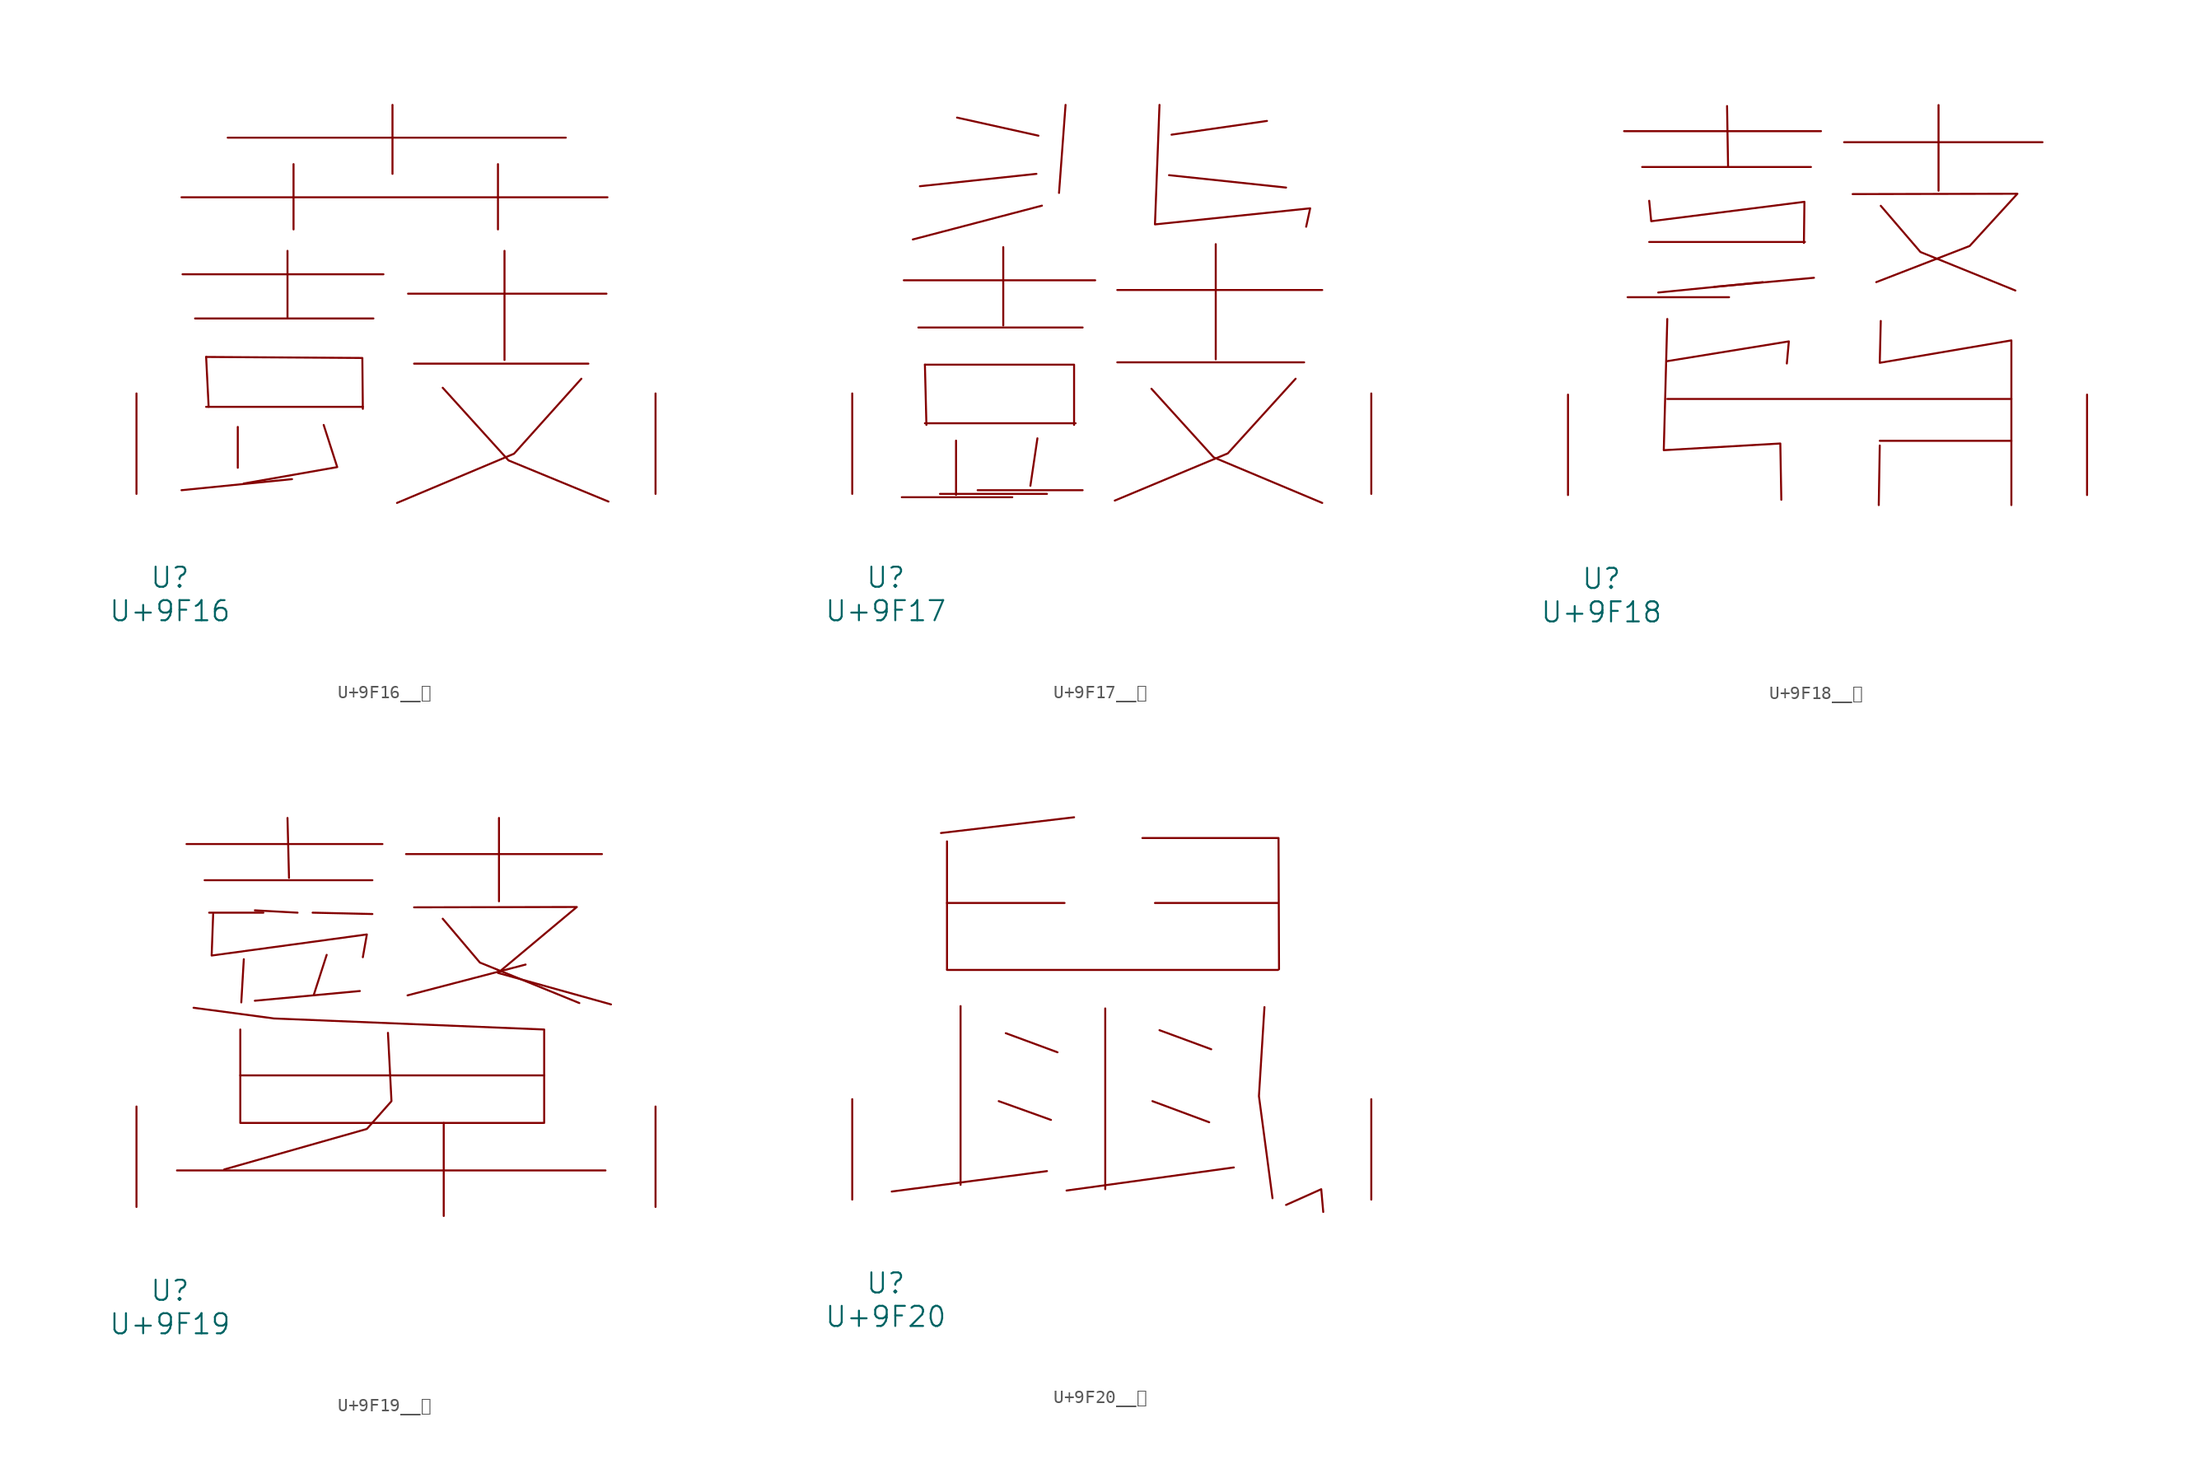
<source format=kicad_sym>
(kicad_symbol_lib
  (version 20231120)
  (generator "kicad_symbol_editor")
  (generator_version "8.0")
  (symbol "U+9F16__鼖"
    (pin_names
      (offset 1.016))
    (property "Reference" "U"
      (at 0 -6.35 0)
      (effects (font (size 1.524 1.524))))
    (property "Value" "U+9F16"
      (at 0 -8.89 0)
      (effects (font (size 1.524 1.524))))
    (symbol "U+9F16__鼖_0_1"
      (polyline (pts (xy 0.876 22.504) (xy 33.185 22.504)) (stroke (width 0) (type solid)) (fill (type none)))
      (polyline (pts (xy 0.953 16.662) (xy 16.192 16.662)) (stroke (width 0) (type solid)) (fill (type none)))
      (polyline (pts (xy 1.905 13.31) (xy 15.431 13.31)) (stroke (width 0) (type solid)) (fill (type none)))
      (polyline (pts (xy 2.743 6.604) (xy 14.63 6.604)) (stroke (width 0) (type solid)) (fill (type none)))
      (polyline (pts (xy 2.743 10.389) (xy 2.934 6.604)) (stroke (width 0) (type solid)) (fill (type none)))
      (polyline (pts (xy 4.381 27.026) (xy 30.023 27.026)) (stroke (width 0) (type solid)) (fill (type none)))
      (polyline (pts (xy 5.144 5.08) (xy 5.144 1.981)) (stroke (width 0) (type solid)) (fill (type none)))
      (polyline (pts (xy 8.915 18.44) (xy 8.915 13.36)) (stroke (width 0) (type solid)) (fill (type none)))
      (polyline (pts (xy 9.258 1.118) (xy 0.876 0.279)) (stroke (width 0) (type solid)) (fill (type none)))
      (polyline (pts (xy 9.373 25.019) (xy 9.373 20.066)) (stroke (width 0) (type solid)) (fill (type none)))
      (polyline (pts (xy 16.878 29.515) (xy 16.878 24.282)) (stroke (width 0) (type solid)) (fill (type none)))
      (polyline (pts (xy 18.059 15.189) (xy 33.109 15.189)) (stroke (width 0) (type solid)) (fill (type none)))
      (polyline (pts (xy 18.517 9.881) (xy 31.737 9.881)) (stroke (width 0) (type solid)) (fill (type none)))
      (polyline (pts (xy 24.879 25.019) (xy 24.879 20.066)) (stroke (width 0) (type solid)) (fill (type none)))
      (polyline (pts (xy 25.375 18.44) (xy 25.375 10.16)) (stroke (width 0) (type solid)) (fill (type none)))
      (polyline (pts (xy 2.743 10.389) (xy 14.592 10.312) (xy 14.63 6.452)) (stroke (width 0) (type solid)) (fill (type none)))
      (polyline (pts (xy 11.659 5.232) (xy 12.687 2.032) (xy 5.601 0.787)) (stroke (width 0) (type solid)) (fill (type none)))
      (polyline (pts (xy 20.688 8.052) (xy 25.679 2.54) (xy 33.261 -0.584)) (stroke (width 0) (type solid)) (fill (type none)))
      (polyline (pts (xy 31.204 8.738) (xy 26.099 3.048) (xy 17.221 -0.686)) (stroke (width 0) (type solid)) (fill (type none)))
      (pin input line (at -2.54 0 90) (length 7.62) (name "~" (effects (font (size 1.27 1.27)))) (number "~" (effects (font (size 1.27 1.27)))))
      (pin input line (at 36.83 0 90) (length 7.62) (name "~" (effects (font (size 1.27 1.27)))) (number "~" (effects (font (size 1.27 1.27)))))))
  (symbol "U+9F17__鼗"
    (pin_names
      (offset 1.016))
    (property "Reference" "U"
      (at 0 -6.35 0)
      (effects (font (size 1.524 1.524))))
    (property "Value" "U+9F17"
      (at 0 -8.89 0)
      (effects (font (size 1.524 1.524))))
    (symbol "U+9F17__鼗_0_1"
      (polyline (pts (xy 1.219 -0.254) (xy 9.601 -0.254)) (stroke (width 0) (type solid)) (fill (type none)))
      (polyline (pts (xy 1.372 16.205) (xy 15.888 16.205)) (stroke (width 0) (type solid)) (fill (type none)))
      (polyline (pts (xy 2.477 12.624) (xy 14.935 12.624)) (stroke (width 0) (type solid)) (fill (type none)))
      (polyline (pts (xy 2.972 5.359) (xy 14.402 5.359)) (stroke (width 0) (type solid)) (fill (type none)))
      (polyline (pts (xy 2.972 9.804) (xy 3.086 5.232)) (stroke (width 0) (type solid)) (fill (type none)))
      (polyline (pts (xy 4.115 0) (xy 12.23 0)) (stroke (width 0) (type solid)) (fill (type none)))
      (polyline (pts (xy 5.334 4.039) (xy 5.334 -0.076)) (stroke (width 0) (type solid)) (fill (type none)))
      (polyline (pts (xy 5.41 28.55) (xy 11.582 27.178)) (stroke (width 0) (type solid)) (fill (type none)))
      (polyline (pts (xy 6.972 0.279) (xy 14.935 0.279)) (stroke (width 0) (type solid)) (fill (type none)))
      (polyline (pts (xy 8.915 18.72) (xy 8.915 12.776)) (stroke (width 0) (type solid)) (fill (type none)))
      (polyline (pts (xy 11.43 24.282) (xy 2.591 23.343)) (stroke (width 0) (type solid)) (fill (type none)))
      (polyline (pts (xy 11.506 4.216) (xy 10.973 0.61)) (stroke (width 0) (type solid)) (fill (type none)))
      (polyline (pts (xy 11.849 21.869) (xy 2.057 19.304)) (stroke (width 0) (type solid)) (fill (type none)))
      (polyline (pts (xy 13.64 29.515) (xy 13.145 22.835)) (stroke (width 0) (type solid)) (fill (type none)))
      (polyline (pts (xy 17.564 9.982) (xy 31.737 9.982)) (stroke (width 0) (type solid)) (fill (type none)))
      (polyline (pts (xy 17.564 15.469) (xy 33.109 15.469)) (stroke (width 0) (type solid)) (fill (type none)))
      (polyline (pts (xy 21.488 24.181) (xy 30.366 23.241)) (stroke (width 0) (type solid)) (fill (type none)))
      (polyline (pts (xy 25.032 18.948) (xy 25.032 10.211)) (stroke (width 0) (type solid)) (fill (type none)))
      (polyline (pts (xy 28.918 28.296) (xy 21.679 27.254)) (stroke (width 0) (type solid)) (fill (type none)))
      (polyline (pts (xy 2.972 9.804) (xy 14.287 9.804) (xy 14.287 5.232)) (stroke (width 0) (type solid)) (fill (type none)))
      (polyline (pts (xy 20.155 7.976) (xy 24.879 2.769) (xy 33.109 -0.686)) (stroke (width 0) (type solid)) (fill (type none)))
      (polyline (pts (xy 31.09 8.738) (xy 25.946 3.073) (xy 17.374 -0.508)) (stroke (width 0) (type solid)) (fill (type none)))
      (polyline (pts (xy 20.765 29.515) (xy 20.422 20.447) (xy 32.194 21.666) (xy 31.89 20.269)) (stroke (width 0) (type solid)) (fill (type none)))
      (pin input line (at -2.54 0 90) (length 7.62) (name "~" (effects (font (size 1.27 1.27)))) (number "~" (effects (font (size 1.27 1.27)))))
      (pin input line (at 36.83 0 90) (length 7.62) (name "~" (effects (font (size 1.27 1.27)))) (number "~" (effects (font (size 1.27 1.27)))))))
  (symbol "U+9F18__鼘"
    (pin_names
      (offset 1.016))
    (property "Reference" "U"
      (at 0 -6.35 0)
      (effects (font (size 1.524 1.524))))
    (property "Value" "U+9F18"
      (at 0 -8.89 0)
      (effects (font (size 1.524 1.524))))
    (symbol "U+9F18__鼘_0_1"
      (polyline (pts (xy 1.714 27.61) (xy 16.65 27.61)) (stroke (width 0) (type solid)) (fill (type none)))
      (polyline (pts (xy 1.981 15.011) (xy 9.677 15.011)) (stroke (width 0) (type solid)) (fill (type none)))
      (polyline (pts (xy 3.086 24.892) (xy 15.888 24.892)) (stroke (width 0) (type solid)) (fill (type none)))
      (polyline (pts (xy 3.619 19.202) (xy 15.431 19.202)) (stroke (width 0) (type solid)) (fill (type none)))
      (polyline (pts (xy 4.991 7.29) (xy 31.09 7.29)) (stroke (width 0) (type solid)) (fill (type none)))
      (polyline (pts (xy 9.525 29.515) (xy 9.601 24.968)) (stroke (width 0) (type solid)) (fill (type none)))
      (polyline (pts (xy 12.23 16.154) (xy 4.305 15.367)) (stroke (width 0) (type solid)) (fill (type none)))
      (polyline (pts (xy 16.116 16.485) (xy 8.572 15.799)) (stroke (width 0) (type solid)) (fill (type none)))
      (polyline (pts (xy 18.402 26.772) (xy 33.452 26.772)) (stroke (width 0) (type solid)) (fill (type none)))
      (polyline (pts (xy 21.107 3.759) (xy 21.031 -0.762)) (stroke (width 0) (type solid)) (fill (type none)))
      (polyline (pts (xy 21.107 4.115) (xy 31.09 4.115)) (stroke (width 0) (type solid)) (fill (type none)))
      (polyline (pts (xy 25.565 29.591) (xy 25.565 23.089)) (stroke (width 0) (type solid)) (fill (type none)))
      (polyline (pts (xy 4.991 10.16) (xy 14.211 11.659) (xy 14.059 9.982)) (stroke (width 0) (type solid)) (fill (type none)))
      (polyline (pts (xy 21.184 21.946) (xy 24.194 18.44) (xy 31.394 15.519)) (stroke (width 0) (type solid)) (fill (type none)))
      (polyline (pts (xy 3.619 22.327) (xy 3.772 20.777) (xy 15.392 22.25) (xy 15.354 19.126)) (stroke (width 0) (type solid)) (fill (type none)))
      (polyline (pts (xy 4.991 13.36) (xy 4.724 3.404) (xy 13.564 3.912) (xy 13.64 -0.356)) (stroke (width 0) (type solid)) (fill (type none)))
      (polyline (pts (xy 19.05 22.835) (xy 31.547 22.86) (xy 27.927 18.898) (xy 20.841 16.154)) (stroke (width 0) (type solid)) (fill (type none)))
      (polyline (pts (xy 21.184 13.208) (xy 21.107 10.033) (xy 31.09 11.735) (xy 31.09 -0.762)) (stroke (width 0) (type solid)) (fill (type none)))
      (pin input line (at -2.54 0 90) (length 7.62) (name "~" (effects (font (size 1.27 1.27)))) (number "~" (effects (font (size 1.27 1.27)))))
      (pin input line (at 36.83 0 90) (length 7.62) (name "~" (effects (font (size 1.27 1.27)))) (number "~" (effects (font (size 1.27 1.27)))))))
  (symbol "U+9F19__鼙"
    (pin_names
      (offset 1.016))
    (property "Reference" "U"
      (at 0 -6.35 0)
      (effects (font (size 1.524 1.524))))
    (property "Value" "U+9F19"
      (at 0 -8.89 0)
      (effects (font (size 1.524 1.524))))
    (symbol "U+9F19__鼙_0_1"
      (polyline (pts (xy 0.533 2.769) (xy 33.033 2.769)) (stroke (width 0) (type solid)) (fill (type none)))
      (polyline (pts (xy 1.257 27.534) (xy 16.116 27.534)) (stroke (width 0) (type solid)) (fill (type none)))
      (polyline (pts (xy 2.629 24.79) (xy 15.354 24.79)) (stroke (width 0) (type solid)) (fill (type none)))
      (polyline (pts (xy 5.334 6.375) (xy 28.384 6.375)) (stroke (width 0) (type solid)) (fill (type none)))
      (polyline (pts (xy 5.334 9.982) (xy 28.384 9.982)) (stroke (width 0) (type solid)) (fill (type none)))
      (polyline (pts (xy 5.334 13.462) (xy 5.334 6.452)) (stroke (width 0) (type solid)) (fill (type none)))
      (polyline (pts (xy 5.601 18.796) (xy 5.41 15.519)) (stroke (width 0) (type solid)) (fill (type none)))
      (polyline (pts (xy 7.087 22.327) (xy 2.972 22.327)) (stroke (width 0) (type solid)) (fill (type none)))
      (polyline (pts (xy 8.915 29.515) (xy 9.03 24.968)) (stroke (width 0) (type solid)) (fill (type none)))
      (polyline (pts (xy 9.677 22.327) (xy 6.439 22.504)) (stroke (width 0) (type solid)) (fill (type none)))
      (polyline (pts (xy 10.82 22.327) (xy 15.354 22.225)) (stroke (width 0) (type solid)) (fill (type none)))
      (polyline (pts (xy 11.887 19.126) (xy 10.897 16.053)) (stroke (width 0) (type solid)) (fill (type none)))
      (polyline (pts (xy 14.402 16.383) (xy 6.439 15.646)) (stroke (width 0) (type solid)) (fill (type none)))
      (polyline (pts (xy 17.907 26.772) (xy 32.766 26.772)) (stroke (width 0) (type solid)) (fill (type none)))
      (polyline (pts (xy 20.765 6.375) (xy 20.765 -0.686)) (stroke (width 0) (type solid)) (fill (type none)))
      (polyline (pts (xy 24.956 29.515) (xy 24.956 23.19)) (stroke (width 0) (type solid)) (fill (type none)))
      (polyline (pts (xy 26.975 18.39) (xy 18.021 16.053)) (stroke (width 0) (type solid)) (fill (type none)))
      (polyline (pts (xy 20.688 21.869) (xy 23.508 18.542) (xy 31.052 15.469)) (stroke (width 0) (type solid)) (fill (type none)))
      (polyline (pts (xy 1.791 15.113) (xy 7.887 14.3) (xy 28.384 13.462) (xy 28.384 6.452)) (stroke (width 0) (type solid)) (fill (type none)))
      (polyline (pts (xy 3.277 22.225) (xy 3.162 19.075) (xy 14.935 20.676) (xy 14.63 18.948)) (stroke (width 0) (type solid)) (fill (type none)))
      (polyline (pts (xy 16.535 13.208) (xy 16.802 8.026) (xy 14.935 5.918) (xy 4.115 2.845)) (stroke (width 0) (type solid)) (fill (type none)))
      (polyline (pts (xy 18.517 22.733) (xy 30.861 22.758) (xy 24.879 17.755) (xy 33.452 15.367)) (stroke (width 0) (type solid)) (fill (type none)))
      (pin input line (at -2.54 0 90) (length 7.62) (name "~" (effects (font (size 1.27 1.27)))) (number "~" (effects (font (size 1.27 1.27)))))
      (pin input line (at 36.83 0 90) (length 7.62) (name "~" (effects (font (size 1.27 1.27)))) (number "~" (effects (font (size 1.27 1.27)))))))
  (symbol "U+9F20__鼠"
    (pin_names
      (offset 1.016))
    (property "Reference" "U"
      (at 0 -6.35 0)
      (effects (font (size 1.524 1.524))))
    (property "Value" "U+9F20"
      (at 0 -8.89 0)
      (effects (font (size 1.524 1.524))))
    (symbol "U+9F20__鼠_0_1"
      (polyline (pts (xy 4.648 17.424) (xy 29.756 17.424)) (stroke (width 0) (type solid)) (fill (type none)))
      (polyline (pts (xy 4.648 22.504) (xy 13.564 22.504)) (stroke (width 0) (type solid)) (fill (type none)))
      (polyline (pts (xy 4.648 27.178) (xy 4.648 17.475)) (stroke (width 0) (type solid)) (fill (type none)))
      (polyline (pts (xy 5.677 14.681) (xy 5.677 1.118)) (stroke (width 0) (type solid)) (fill (type none)))
      (polyline (pts (xy 8.572 7.468) (xy 12.535 6.045)) (stroke (width 0) (type solid)) (fill (type none)))
      (polyline (pts (xy 9.106 12.624) (xy 13.03 11.176)) (stroke (width 0) (type solid)) (fill (type none)))
      (polyline (pts (xy 12.23 2.159) (xy 0.457 0.61)) (stroke (width 0) (type solid)) (fill (type none)))
      (polyline (pts (xy 14.287 29.007) (xy 4.191 27.813)) (stroke (width 0) (type solid)) (fill (type none)))
      (polyline (pts (xy 16.65 14.503) (xy 16.65 0.787)) (stroke (width 0) (type solid)) (fill (type none)))
      (polyline (pts (xy 20.231 7.468) (xy 24.536 5.867)) (stroke (width 0) (type solid)) (fill (type none)))
      (polyline (pts (xy 20.422 22.504) (xy 29.756 22.504)) (stroke (width 0) (type solid)) (fill (type none)))
      (polyline (pts (xy 20.765 12.852) (xy 24.689 11.405)) (stroke (width 0) (type solid)) (fill (type none)))
      (polyline (pts (xy 26.403 2.438) (xy 13.716 0.686)) (stroke (width 0) (type solid)) (fill (type none)))
      (polyline (pts (xy 19.469 27.432) (xy 29.794 27.432) (xy 29.832 17.475)) (stroke (width 0) (type solid)) (fill (type none)))
      (polyline (pts (xy 28.727 14.605) (xy 28.308 7.849) (xy 29.337 0.102)) (stroke (width 0) (type solid)) (fill (type none)))
      (polyline (pts (xy 30.366 -0.406) (xy 33.033 0.787) (xy 33.185 -0.94)) (stroke (width 0) (type solid)) (fill (type none)))
      (pin input line (at -2.54 0 90) (length 7.62) (name "~" (effects (font (size 1.27 1.27)))) (number "~" (effects (font (size 1.27 1.27)))))
      (pin input line (at 36.83 0 90) (length 7.62) (name "~" (effects (font (size 1.27 1.27)))) (number "~" (effects (font (size 1.27 1.27))))))))
</source>
